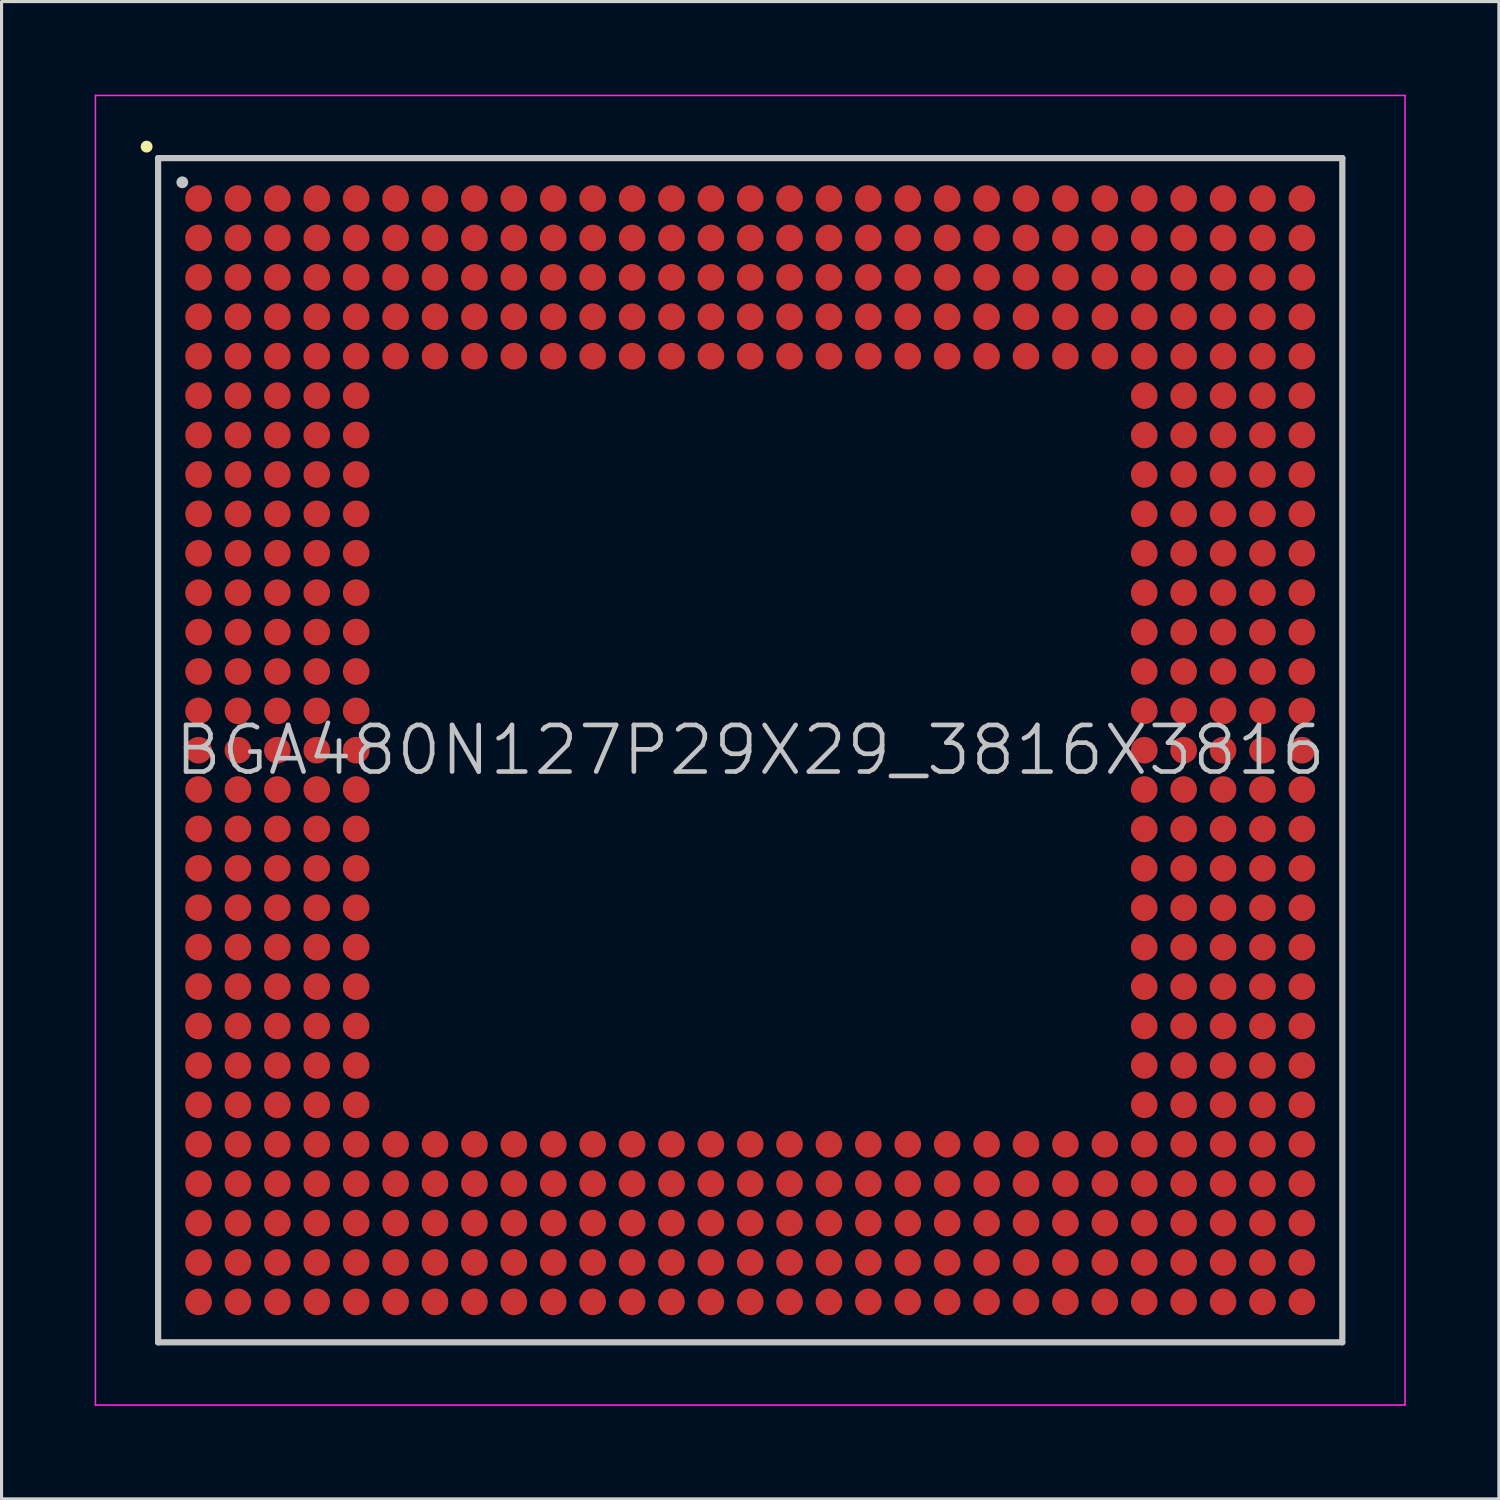
<source format=kicad_pcb>
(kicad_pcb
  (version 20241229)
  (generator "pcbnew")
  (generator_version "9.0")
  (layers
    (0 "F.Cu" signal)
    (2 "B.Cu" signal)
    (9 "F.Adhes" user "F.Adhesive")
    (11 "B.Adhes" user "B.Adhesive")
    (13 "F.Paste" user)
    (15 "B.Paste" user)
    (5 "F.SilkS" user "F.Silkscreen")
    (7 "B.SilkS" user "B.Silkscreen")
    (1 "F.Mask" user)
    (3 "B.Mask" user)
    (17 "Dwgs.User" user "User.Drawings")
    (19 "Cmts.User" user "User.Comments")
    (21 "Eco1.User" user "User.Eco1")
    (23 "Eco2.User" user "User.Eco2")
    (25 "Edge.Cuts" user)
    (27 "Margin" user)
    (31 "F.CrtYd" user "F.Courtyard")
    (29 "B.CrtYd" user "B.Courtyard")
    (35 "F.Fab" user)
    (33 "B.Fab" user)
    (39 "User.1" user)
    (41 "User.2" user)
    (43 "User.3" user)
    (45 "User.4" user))
  (footprint "BGA480N127P29X29_3816X3816"
    (layer "F.Cu")
    (at 21.125 21.125)
    (property "Reference" "BGA480N127P29X29_3816X3816" (at 0 0 0) (layer "Dwgs.User") (effects (font (size 1.5 1.5) (thickness 0.15))))
    (attr smd)
    (fp_line (start -19.45 -19.45) (end -19.45 -19.45) (stroke (width 0.381) (type solid)) (layer "F.SilkS"))
    (fp_line (start -19.08 -19.08) (end -19.08 19.08) (stroke (width 0.2) (type solid)) (layer "Dwgs.User"))
    (fp_line (start -19.08 -19.08) (end 19.08 -19.08) (stroke (width 0.2) (type solid)) (layer "Dwgs.User"))
    (fp_line (start -19.08 19.08) (end 19.08 19.08) (stroke (width 0.2) (type solid)) (layer "Dwgs.User"))
    (fp_line (start -18.3 -18.3) (end -18.3 -18.3) (stroke (width 0.381) (type solid)) (layer "Dwgs.User"))
    (fp_line (start 19.08 -19.08) (end 19.08 19.08) (stroke (width 0.2) (type solid)) (layer "Dwgs.User"))
    (fp_line (start -21.1 -21.1) (end -21.1 21.1) (stroke (width 0.05) (type solid)) (layer "F.CrtYd"))
    (fp_line (start -21.1 -21.1) (end 21.1 -21.1) (stroke (width 0.05) (type solid)) (layer "F.CrtYd"))
    (fp_line (start -21.1 21.1) (end 21.1 21.1) (stroke (width 0.05) (type solid)) (layer "F.CrtYd"))
    (fp_line (start 21.1 -21.1) (end 21.1 21.1) (stroke (width 0.05) (type solid)) (layer "F.CrtYd"))
    (pad "A1" smd circle (at -17.777 -17.777 270) (size 0.86 0.86) (layers "F.Cu" "F.Mask" "F.Paste"))
    (pad "A2" smd circle (at -16.507 -17.777 270) (size 0.86 0.86) (layers "F.Cu" "F.Mask" "F.Paste"))
    (pad "A3" smd circle (at -15.237 -17.777 270) (size 0.86 0.86) (layers "F.Cu" "F.Mask" "F.Paste"))
    (pad "A4" smd circle (at -13.967 -17.777 270) (size 0.86 0.86) (layers "F.Cu" "F.Mask" "F.Paste"))
    (pad "A5" smd circle (at -12.697 -17.777 270) (size 0.86 0.86) (layers "F.Cu" "F.Mask" "F.Paste"))
    (pad "A6" smd circle (at -11.427 -17.777 270) (size 0.86 0.86) (layers "F.Cu" "F.Mask" "F.Paste"))
    (pad "A7" smd circle (at -10.157 -17.777 270) (size 0.86 0.86) (layers "F.Cu" "F.Mask" "F.Paste"))
    (pad "A8" smd circle (at -8.887 -17.777 270) (size 0.86 0.86) (layers "F.Cu" "F.Mask" "F.Paste"))
    (pad "A9" smd circle (at -7.617 -17.777 270) (size 0.86 0.86) (layers "F.Cu" "F.Mask" "F.Paste"))
    (pad "A10" smd circle (at -6.347 -17.777 270) (size 0.86 0.86) (layers "F.Cu" "F.Mask" "F.Paste"))
    (pad "A11" smd circle (at -5.077 -17.777 270) (size 0.86 0.86) (layers "F.Cu" "F.Mask" "F.Paste"))
    (pad "A12" smd circle (at -3.807 -17.777 270) (size 0.86 0.86) (layers "F.Cu" "F.Mask" "F.Paste"))
    (pad "A13" smd circle (at -2.537 -17.777 270) (size 0.86 0.86) (layers "F.Cu" "F.Mask" "F.Paste"))
    (pad "A14" smd circle (at -1.267 -17.777 270) (size 0.86 0.86) (layers "F.Cu" "F.Mask" "F.Paste"))
    (pad "A15" smd circle (at 0 -17.777 270) (size 0.86 0.86) (layers "F.Cu" "F.Mask" "F.Paste"))
    (pad "A16" smd circle (at 1.267 -17.777 270) (size 0.86 0.86) (layers "F.Cu" "F.Mask" "F.Paste"))
    (pad "A17" smd circle (at 2.537 -17.777 270) (size 0.86 0.86) (layers "F.Cu" "F.Mask" "F.Paste"))
    (pad "A18" smd circle (at 3.807 -17.777 270) (size 0.86 0.86) (layers "F.Cu" "F.Mask" "F.Paste"))
    (pad "A19" smd circle (at 5.077 -17.777 270) (size 0.86 0.86) (layers "F.Cu" "F.Mask" "F.Paste"))
    (pad "A20" smd circle (at 6.347 -17.777 270) (size 0.86 0.86) (layers "F.Cu" "F.Mask" "F.Paste"))
    (pad "A21" smd circle (at 7.617 -17.777 270) (size 0.86 0.86) (layers "F.Cu" "F.Mask" "F.Paste"))
    (pad "A22" smd circle (at 8.887 -17.777 270) (size 0.86 0.86) (layers "F.Cu" "F.Mask" "F.Paste"))
    (pad "A23" smd circle (at 10.157 -17.777 270) (size 0.86 0.86) (layers "F.Cu" "F.Mask" "F.Paste"))
    (pad "A24" smd circle (at 11.427 -17.777 270) (size 0.86 0.86) (layers "F.Cu" "F.Mask" "F.Paste"))
    (pad "A25" smd circle (at 12.697 -17.777 270) (size 0.86 0.86) (layers "F.Cu" "F.Mask" "F.Paste"))
    (pad "A26" smd circle (at 13.967 -17.777 270) (size 0.86 0.86) (layers "F.Cu" "F.Mask" "F.Paste"))
    (pad "A27" smd circle (at 15.237 -17.777 270) (size 0.86 0.86) (layers "F.Cu" "F.Mask" "F.Paste"))
    (pad "A28" smd circle (at 16.507 -17.777 270) (size 0.86 0.86) (layers "F.Cu" "F.Mask" "F.Paste"))
    (pad "A29" smd circle (at 17.777 -17.777 270) (size 0.86 0.86) (layers "F.Cu" "F.Mask" "F.Paste"))
    (pad "AA1" smd circle (at -17.777 7.617 270) (size 0.86 0.86) (layers "F.Cu" "F.Mask" "F.Paste"))
    (pad "AA2" smd circle (at -16.507 7.617 270) (size 0.86 0.86) (layers "F.Cu" "F.Mask" "F.Paste"))
    (pad "AA3" smd circle (at -15.237 7.617 270) (size 0.86 0.86) (layers "F.Cu" "F.Mask" "F.Paste"))
    (pad "AA4" smd circle (at -13.967 7.617 270) (size 0.86 0.86) (layers "F.Cu" "F.Mask" "F.Paste"))
    (pad "AA5" smd circle (at -12.697 7.617 270) (size 0.86 0.86) (layers "F.Cu" "F.Mask" "F.Paste"))
    (pad "AA25" smd circle (at 12.697 7.617 270) (size 0.86 0.86) (layers "F.Cu" "F.Mask" "F.Paste"))
    (pad "AA26" smd circle (at 13.967 7.617 270) (size 0.86 0.86) (layers "F.Cu" "F.Mask" "F.Paste"))
    (pad "AA27" smd circle (at 15.237 7.617 270) (size 0.86 0.86) (layers "F.Cu" "F.Mask" "F.Paste"))
    (pad "AA28" smd circle (at 16.507 7.617 270) (size 0.86 0.86) (layers "F.Cu" "F.Mask" "F.Paste"))
    (pad "AA29" smd circle (at 17.777 7.617 270) (size 0.86 0.86) (layers "F.Cu" "F.Mask" "F.Paste"))
    (pad "AB1" smd circle (at -17.777 8.887 270) (size 0.86 0.86) (layers "F.Cu" "F.Mask" "F.Paste"))
    (pad "AB2" smd circle (at -16.507 8.887 270) (size 0.86 0.86) (layers "F.Cu" "F.Mask" "F.Paste"))
    (pad "AB3" smd circle (at -15.237 8.887 270) (size 0.86 0.86) (layers "F.Cu" "F.Mask" "F.Paste"))
    (pad "AB4" smd circle (at -13.967 8.887 270) (size 0.86 0.86) (layers "F.Cu" "F.Mask" "F.Paste"))
    (pad "AB5" smd circle (at -12.697 8.887 270) (size 0.86 0.86) (layers "F.Cu" "F.Mask" "F.Paste"))
    (pad "AB25" smd circle (at 12.697 8.887 270) (size 0.86 0.86) (layers "F.Cu" "F.Mask" "F.Paste"))
    (pad "AB26" smd circle (at 13.967 8.887 270) (size 0.86 0.86) (layers "F.Cu" "F.Mask" "F.Paste"))
    (pad "AB27" smd circle (at 15.237 8.887 270) (size 0.86 0.86) (layers "F.Cu" "F.Mask" "F.Paste"))
    (pad "AB28" smd circle (at 16.507 8.887 270) (size 0.86 0.86) (layers "F.Cu" "F.Mask" "F.Paste"))
    (pad "AB29" smd circle (at 17.777 8.887 270) (size 0.86 0.86) (layers "F.Cu" "F.Mask" "F.Paste"))
    (pad "AC1" smd circle (at -17.777 10.157 270) (size 0.86 0.86) (layers "F.Cu" "F.Mask" "F.Paste"))
    (pad "AC2" smd circle (at -16.507 10.157 270) (size 0.86 0.86) (layers "F.Cu" "F.Mask" "F.Paste"))
    (pad "AC3" smd circle (at -15.237 10.157 270) (size 0.86 0.86) (layers "F.Cu" "F.Mask" "F.Paste"))
    (pad "AC4" smd circle (at -13.967 10.157 270) (size 0.86 0.86) (layers "F.Cu" "F.Mask" "F.Paste"))
    (pad "AC5" smd circle (at -12.697 10.157 270) (size 0.86 0.86) (layers "F.Cu" "F.Mask" "F.Paste"))
    (pad "AC25" smd circle (at 12.697 10.157 270) (size 0.86 0.86) (layers "F.Cu" "F.Mask" "F.Paste"))
    (pad "AC26" smd circle (at 13.967 10.157 270) (size 0.86 0.86) (layers "F.Cu" "F.Mask" "F.Paste"))
    (pad "AC27" smd circle (at 15.237 10.157 270) (size 0.86 0.86) (layers "F.Cu" "F.Mask" "F.Paste"))
    (pad "AC28" smd circle (at 16.507 10.157 270) (size 0.86 0.86) (layers "F.Cu" "F.Mask" "F.Paste"))
    (pad "AC29" smd circle (at 17.777 10.157 270) (size 0.86 0.86) (layers "F.Cu" "F.Mask" "F.Paste"))
    (pad "AD1" smd circle (at -17.777 11.427 270) (size 0.86 0.86) (layers "F.Cu" "F.Mask" "F.Paste"))
    (pad "AD2" smd circle (at -16.507 11.427 270) (size 0.86 0.86) (layers "F.Cu" "F.Mask" "F.Paste"))
    (pad "AD3" smd circle (at -15.237 11.427 270) (size 0.86 0.86) (layers "F.Cu" "F.Mask" "F.Paste"))
    (pad "AD4" smd circle (at -13.967 11.427 270) (size 0.86 0.86) (layers "F.Cu" "F.Mask" "F.Paste"))
    (pad "AD5" smd circle (at -12.697 11.427 270) (size 0.86 0.86) (layers "F.Cu" "F.Mask" "F.Paste"))
    (pad "AD25" smd circle (at 12.697 11.427 270) (size 0.86 0.86) (layers "F.Cu" "F.Mask" "F.Paste"))
    (pad "AD26" smd circle (at 13.967 11.427 270) (size 0.86 0.86) (layers "F.Cu" "F.Mask" "F.Paste"))
    (pad "AD27" smd circle (at 15.237 11.427 270) (size 0.86 0.86) (layers "F.Cu" "F.Mask" "F.Paste"))
    (pad "AD28" smd circle (at 16.507 11.427 270) (size 0.86 0.86) (layers "F.Cu" "F.Mask" "F.Paste"))
    (pad "AD29" smd circle (at 17.777 11.427 270) (size 0.86 0.86) (layers "F.Cu" "F.Mask" "F.Paste"))
    (pad "AE1" smd circle (at -17.777 12.697 270) (size 0.86 0.86) (layers "F.Cu" "F.Mask" "F.Paste"))
    (pad "AE2" smd circle (at -16.507 12.697 270) (size 0.86 0.86) (layers "F.Cu" "F.Mask" "F.Paste"))
    (pad "AE3" smd circle (at -15.237 12.697 270) (size 0.86 0.86) (layers "F.Cu" "F.Mask" "F.Paste"))
    (pad "AE4" smd circle (at -13.967 12.697 270) (size 0.86 0.86) (layers "F.Cu" "F.Mask" "F.Paste"))
    (pad "AE5" smd circle (at -12.697 12.697 270) (size 0.86 0.86) (layers "F.Cu" "F.Mask" "F.Paste"))
    (pad "AE6" smd circle (at -11.427 12.697 270) (size 0.86 0.86) (layers "F.Cu" "F.Mask" "F.Paste"))
    (pad "AE7" smd circle (at -10.157 12.697 270) (size 0.86 0.86) (layers "F.Cu" "F.Mask" "F.Paste"))
    (pad "AE8" smd circle (at -8.887 12.697 270) (size 0.86 0.86) (layers "F.Cu" "F.Mask" "F.Paste"))
    (pad "AE9" smd circle (at -7.617 12.697 270) (size 0.86 0.86) (layers "F.Cu" "F.Mask" "F.Paste"))
    (pad "AE10" smd circle (at -6.347 12.697 270) (size 0.86 0.86) (layers "F.Cu" "F.Mask" "F.Paste"))
    (pad "AE11" smd circle (at -5.077 12.697 270) (size 0.86 0.86) (layers "F.Cu" "F.Mask" "F.Paste"))
    (pad "AE12" smd circle (at -3.807 12.697 270) (size 0.86 0.86) (layers "F.Cu" "F.Mask" "F.Paste"))
    (pad "AE13" smd circle (at -2.537 12.697 270) (size 0.86 0.86) (layers "F.Cu" "F.Mask" "F.Paste"))
    (pad "AE14" smd circle (at -1.267 12.697 270) (size 0.86 0.86) (layers "F.Cu" "F.Mask" "F.Paste"))
    (pad "AE15" smd circle (at 0 12.697 270) (size 0.86 0.86) (layers "F.Cu" "F.Mask" "F.Paste"))
    (pad "AE16" smd circle (at 1.267 12.697 270) (size 0.86 0.86) (layers "F.Cu" "F.Mask" "F.Paste"))
    (pad "AE17" smd circle (at 2.537 12.697 270) (size 0.86 0.86) (layers "F.Cu" "F.Mask" "F.Paste"))
    (pad "AE18" smd circle (at 3.807 12.697 270) (size 0.86 0.86) (layers "F.Cu" "F.Mask" "F.Paste"))
    (pad "AE19" smd circle (at 5.077 12.697 270) (size 0.86 0.86) (layers "F.Cu" "F.Mask" "F.Paste"))
    (pad "AE20" smd circle (at 6.347 12.697 270) (size 0.86 0.86) (layers "F.Cu" "F.Mask" "F.Paste"))
    (pad "AE21" smd circle (at 7.617 12.697 270) (size 0.86 0.86) (layers "F.Cu" "F.Mask" "F.Paste"))
    (pad "AE22" smd circle (at 8.887 12.697 270) (size 0.86 0.86) (layers "F.Cu" "F.Mask" "F.Paste"))
    (pad "AE23" smd circle (at 10.157 12.697 270) (size 0.86 0.86) (layers "F.Cu" "F.Mask" "F.Paste"))
    (pad "AE24" smd circle (at 11.427 12.697 270) (size 0.86 0.86) (layers "F.Cu" "F.Mask" "F.Paste"))
    (pad "AE25" smd circle (at 12.697 12.697 270) (size 0.86 0.86) (layers "F.Cu" "F.Mask" "F.Paste"))
    (pad "AE26" smd circle (at 13.967 12.697 270) (size 0.86 0.86) (layers "F.Cu" "F.Mask" "F.Paste"))
    (pad "AE27" smd circle (at 15.237 12.697 270) (size 0.86 0.86) (layers "F.Cu" "F.Mask" "F.Paste"))
    (pad "AE28" smd circle (at 16.507 12.697 270) (size 0.86 0.86) (layers "F.Cu" "F.Mask" "F.Paste"))
    (pad "AE29" smd circle (at 17.777 12.697 270) (size 0.86 0.86) (layers "F.Cu" "F.Mask" "F.Paste"))
    (pad "AF1" smd circle (at -17.777 13.967 270) (size 0.86 0.86) (layers "F.Cu" "F.Mask" "F.Paste"))
    (pad "AF2" smd circle (at -16.507 13.967 270) (size 0.86 0.86) (layers "F.Cu" "F.Mask" "F.Paste"))
    (pad "AF3" smd circle (at -15.237 13.967 270) (size 0.86 0.86) (layers "F.Cu" "F.Mask" "F.Paste"))
    (pad "AF4" smd circle (at -13.967 13.967 270) (size 0.86 0.86) (layers "F.Cu" "F.Mask" "F.Paste"))
    (pad "AF5" smd circle (at -12.697 13.967 270) (size 0.86 0.86) (layers "F.Cu" "F.Mask" "F.Paste"))
    (pad "AF6" smd circle (at -11.427 13.967 270) (size 0.86 0.86) (layers "F.Cu" "F.Mask" "F.Paste"))
    (pad "AF7" smd circle (at -10.157 13.967 270) (size 0.86 0.86) (layers "F.Cu" "F.Mask" "F.Paste"))
    (pad "AF8" smd circle (at -8.887 13.967 270) (size 0.86 0.86) (layers "F.Cu" "F.Mask" "F.Paste"))
    (pad "AF9" smd circle (at -7.617 13.967 270) (size 0.86 0.86) (layers "F.Cu" "F.Mask" "F.Paste"))
    (pad "AF10" smd circle (at -6.347 13.967 270) (size 0.86 0.86) (layers "F.Cu" "F.Mask" "F.Paste"))
    (pad "AF11" smd circle (at -5.077 13.967 270) (size 0.86 0.86) (layers "F.Cu" "F.Mask" "F.Paste"))
    (pad "AF12" smd circle (at -3.807 13.967 270) (size 0.86 0.86) (layers "F.Cu" "F.Mask" "F.Paste"))
    (pad "AF13" smd circle (at -2.537 13.967 270) (size 0.86 0.86) (layers "F.Cu" "F.Mask" "F.Paste"))
    (pad "AF14" smd circle (at -1.267 13.967 270) (size 0.86 0.86) (layers "F.Cu" "F.Mask" "F.Paste"))
    (pad "AF15" smd circle (at 0 13.967 270) (size 0.86 0.86) (layers "F.Cu" "F.Mask" "F.Paste"))
    (pad "AF16" smd circle (at 1.267 13.967 270) (size 0.86 0.86) (layers "F.Cu" "F.Mask" "F.Paste"))
    (pad "AF17" smd circle (at 2.537 13.967 270) (size 0.86 0.86) (layers "F.Cu" "F.Mask" "F.Paste"))
    (pad "AF18" smd circle (at 3.807 13.967 270) (size 0.86 0.86) (layers "F.Cu" "F.Mask" "F.Paste"))
    (pad "AF19" smd circle (at 5.077 13.967 270) (size 0.86 0.86) (layers "F.Cu" "F.Mask" "F.Paste"))
    (pad "AF20" smd circle (at 6.347 13.967 270) (size 0.86 0.86) (layers "F.Cu" "F.Mask" "F.Paste"))
    (pad "AF21" smd circle (at 7.617 13.967 270) (size 0.86 0.86) (layers "F.Cu" "F.Mask" "F.Paste"))
    (pad "AF22" smd circle (at 8.887 13.967 270) (size 0.86 0.86) (layers "F.Cu" "F.Mask" "F.Paste"))
    (pad "AF23" smd circle (at 10.157 13.967 270) (size 0.86 0.86) (layers "F.Cu" "F.Mask" "F.Paste"))
    (pad "AF24" smd circle (at 11.427 13.967 270) (size 0.86 0.86) (layers "F.Cu" "F.Mask" "F.Paste"))
    (pad "AF25" smd circle (at 12.697 13.967 270) (size 0.86 0.86) (layers "F.Cu" "F.Mask" "F.Paste"))
    (pad "AF26" smd circle (at 13.967 13.967 270) (size 0.86 0.86) (layers "F.Cu" "F.Mask" "F.Paste"))
    (pad "AF27" smd circle (at 15.237 13.967 270) (size 0.86 0.86) (layers "F.Cu" "F.Mask" "F.Paste"))
    (pad "AF28" smd circle (at 16.507 13.967 270) (size 0.86 0.86) (layers "F.Cu" "F.Mask" "F.Paste"))
    (pad "AF29" smd circle (at 17.777 13.967 270) (size 0.86 0.86) (layers "F.Cu" "F.Mask" "F.Paste"))
    (pad "AG1" smd circle (at -17.777 15.237 270) (size 0.86 0.86) (layers "F.Cu" "F.Mask" "F.Paste"))
    (pad "AG2" smd circle (at -16.507 15.237 270) (size 0.86 0.86) (layers "F.Cu" "F.Mask" "F.Paste"))
    (pad "AG3" smd circle (at -15.237 15.237 270) (size 0.86 0.86) (layers "F.Cu" "F.Mask" "F.Paste"))
    (pad "AG4" smd circle (at -13.967 15.237 270) (size 0.86 0.86) (layers "F.Cu" "F.Mask" "F.Paste"))
    (pad "AG5" smd circle (at -12.697 15.237 270) (size 0.86 0.86) (layers "F.Cu" "F.Mask" "F.Paste"))
    (pad "AG6" smd circle (at -11.427 15.237 270) (size 0.86 0.86) (layers "F.Cu" "F.Mask" "F.Paste"))
    (pad "AG7" smd circle (at -10.157 15.237 270) (size 0.86 0.86) (layers "F.Cu" "F.Mask" "F.Paste"))
    (pad "AG8" smd circle (at -8.887 15.237 270) (size 0.86 0.86) (layers "F.Cu" "F.Mask" "F.Paste"))
    (pad "AG9" smd circle (at -7.617 15.237 270) (size 0.86 0.86) (layers "F.Cu" "F.Mask" "F.Paste"))
    (pad "AG10" smd circle (at -6.347 15.237 270) (size 0.86 0.86) (layers "F.Cu" "F.Mask" "F.Paste"))
    (pad "AG11" smd circle (at -5.077 15.237 270) (size 0.86 0.86) (layers "F.Cu" "F.Mask" "F.Paste"))
    (pad "AG12" smd circle (at -3.807 15.237 270) (size 0.86 0.86) (layers "F.Cu" "F.Mask" "F.Paste"))
    (pad "AG13" smd circle (at -2.537 15.237 270) (size 0.86 0.86) (layers "F.Cu" "F.Mask" "F.Paste"))
    (pad "AG14" smd circle (at -1.267 15.237 270) (size 0.86 0.86) (layers "F.Cu" "F.Mask" "F.Paste"))
    (pad "AG15" smd circle (at 0 15.237 270) (size 0.86 0.86) (layers "F.Cu" "F.Mask" "F.Paste"))
    (pad "AG16" smd circle (at 1.267 15.237 270) (size 0.86 0.86) (layers "F.Cu" "F.Mask" "F.Paste"))
    (pad "AG17" smd circle (at 2.537 15.237 270) (size 0.86 0.86) (layers "F.Cu" "F.Mask" "F.Paste"))
    (pad "AG18" smd circle (at 3.807 15.237 270) (size 0.86 0.86) (layers "F.Cu" "F.Mask" "F.Paste"))
    (pad "AG19" smd circle (at 5.077 15.237 270) (size 0.86 0.86) (layers "F.Cu" "F.Mask" "F.Paste"))
    (pad "AG20" smd circle (at 6.347 15.237 270) (size 0.86 0.86) (layers "F.Cu" "F.Mask" "F.Paste"))
    (pad "AG21" smd circle (at 7.617 15.237 270) (size 0.86 0.86) (layers "F.Cu" "F.Mask" "F.Paste"))
    (pad "AG22" smd circle (at 8.887 15.237 270) (size 0.86 0.86) (layers "F.Cu" "F.Mask" "F.Paste"))
    (pad "AG23" smd circle (at 10.157 15.237 270) (size 0.86 0.86) (layers "F.Cu" "F.Mask" "F.Paste"))
    (pad "AG24" smd circle (at 11.427 15.237 270) (size 0.86 0.86) (layers "F.Cu" "F.Mask" "F.Paste"))
    (pad "AG25" smd circle (at 12.697 15.237 270) (size 0.86 0.86) (layers "F.Cu" "F.Mask" "F.Paste"))
    (pad "AG26" smd circle (at 13.967 15.237 270) (size 0.86 0.86) (layers "F.Cu" "F.Mask" "F.Paste"))
    (pad "AG27" smd circle (at 15.237 15.237 270) (size 0.86 0.86) (layers "F.Cu" "F.Mask" "F.Paste"))
    (pad "AG28" smd circle (at 16.507 15.237 270) (size 0.86 0.86) (layers "F.Cu" "F.Mask" "F.Paste"))
    (pad "AG29" smd circle (at 17.777 15.237 270) (size 0.86 0.86) (layers "F.Cu" "F.Mask" "F.Paste"))
    (pad "AH1" smd circle (at -17.777 16.507 270) (size 0.86 0.86) (layers "F.Cu" "F.Mask" "F.Paste"))
    (pad "AH2" smd circle (at -16.507 16.507 270) (size 0.86 0.86) (layers "F.Cu" "F.Mask" "F.Paste"))
    (pad "AH3" smd circle (at -15.237 16.507 270) (size 0.86 0.86) (layers "F.Cu" "F.Mask" "F.Paste"))
    (pad "AH4" smd circle (at -13.967 16.507 270) (size 0.86 0.86) (layers "F.Cu" "F.Mask" "F.Paste"))
    (pad "AH5" smd circle (at -12.697 16.507 270) (size 0.86 0.86) (layers "F.Cu" "F.Mask" "F.Paste"))
    (pad "AH6" smd circle (at -11.427 16.507 270) (size 0.86 0.86) (layers "F.Cu" "F.Mask" "F.Paste"))
    (pad "AH7" smd circle (at -10.157 16.507 270) (size 0.86 0.86) (layers "F.Cu" "F.Mask" "F.Paste"))
    (pad "AH8" smd circle (at -8.887 16.507 270) (size 0.86 0.86) (layers "F.Cu" "F.Mask" "F.Paste"))
    (pad "AH9" smd circle (at -7.617 16.507 270) (size 0.86 0.86) (layers "F.Cu" "F.Mask" "F.Paste"))
    (pad "AH10" smd circle (at -6.347 16.507 270) (size 0.86 0.86) (layers "F.Cu" "F.Mask" "F.Paste"))
    (pad "AH11" smd circle (at -5.077 16.507 270) (size 0.86 0.86) (layers "F.Cu" "F.Mask" "F.Paste"))
    (pad "AH12" smd circle (at -3.807 16.507 270) (size 0.86 0.86) (layers "F.Cu" "F.Mask" "F.Paste"))
    (pad "AH13" smd circle (at -2.537 16.507 270) (size 0.86 0.86) (layers "F.Cu" "F.Mask" "F.Paste"))
    (pad "AH14" smd circle (at -1.267 16.507 270) (size 0.86 0.86) (layers "F.Cu" "F.Mask" "F.Paste"))
    (pad "AH15" smd circle (at 0 16.507 270) (size 0.86 0.86) (layers "F.Cu" "F.Mask" "F.Paste"))
    (pad "AH16" smd circle (at 1.267 16.507 270) (size 0.86 0.86) (layers "F.Cu" "F.Mask" "F.Paste"))
    (pad "AH17" smd circle (at 2.537 16.507 270) (size 0.86 0.86) (layers "F.Cu" "F.Mask" "F.Paste"))
    (pad "AH18" smd circle (at 3.807 16.507 270) (size 0.86 0.86) (layers "F.Cu" "F.Mask" "F.Paste"))
    (pad "AH19" smd circle (at 5.077 16.507 270) (size 0.86 0.86) (layers "F.Cu" "F.Mask" "F.Paste"))
    (pad "AH20" smd circle (at 6.347 16.507 270) (size 0.86 0.86) (layers "F.Cu" "F.Mask" "F.Paste"))
    (pad "AH21" smd circle (at 7.617 16.507 270) (size 0.86 0.86) (layers "F.Cu" "F.Mask" "F.Paste"))
    (pad "AH22" smd circle (at 8.887 16.507 270) (size 0.86 0.86) (layers "F.Cu" "F.Mask" "F.Paste"))
    (pad "AH23" smd circle (at 10.157 16.507 270) (size 0.86 0.86) (layers "F.Cu" "F.Mask" "F.Paste"))
    (pad "AH24" smd circle (at 11.427 16.507 270) (size 0.86 0.86) (layers "F.Cu" "F.Mask" "F.Paste"))
    (pad "AH25" smd circle (at 12.697 16.507 270) (size 0.86 0.86) (layers "F.Cu" "F.Mask" "F.Paste"))
    (pad "AH26" smd circle (at 13.967 16.507 270) (size 0.86 0.86) (layers "F.Cu" "F.Mask" "F.Paste"))
    (pad "AH27" smd circle (at 15.237 16.507 270) (size 0.86 0.86) (layers "F.Cu" "F.Mask" "F.Paste"))
    (pad "AH28" smd circle (at 16.507 16.507 270) (size 0.86 0.86) (layers "F.Cu" "F.Mask" "F.Paste"))
    (pad "AH29" smd circle (at 17.777 16.507 270) (size 0.86 0.86) (layers "F.Cu" "F.Mask" "F.Paste"))
    (pad "AJ1" smd circle (at -17.777 17.777 270) (size 0.86 0.86) (layers "F.Cu" "F.Mask" "F.Paste"))
    (pad "AJ2" smd circle (at -16.507 17.777 270) (size 0.86 0.86) (layers "F.Cu" "F.Mask" "F.Paste"))
    (pad "AJ3" smd circle (at -15.237 17.777 270) (size 0.86 0.86) (layers "F.Cu" "F.Mask" "F.Paste"))
    (pad "AJ4" smd circle (at -13.967 17.777 270) (size 0.86 0.86) (layers "F.Cu" "F.Mask" "F.Paste"))
    (pad "AJ5" smd circle (at -12.697 17.777 270) (size 0.86 0.86) (layers "F.Cu" "F.Mask" "F.Paste"))
    (pad "AJ6" smd circle (at -11.427 17.777 270) (size 0.86 0.86) (layers "F.Cu" "F.Mask" "F.Paste"))
    (pad "AJ7" smd circle (at -10.157 17.777 270) (size 0.86 0.86) (layers "F.Cu" "F.Mask" "F.Paste"))
    (pad "AJ8" smd circle (at -8.887 17.777 270) (size 0.86 0.86) (layers "F.Cu" "F.Mask" "F.Paste"))
    (pad "AJ9" smd circle (at -7.617 17.777 270) (size 0.86 0.86) (layers "F.Cu" "F.Mask" "F.Paste"))
    (pad "AJ10" smd circle (at -6.347 17.777 270) (size 0.86 0.86) (layers "F.Cu" "F.Mask" "F.Paste"))
    (pad "AJ11" smd circle (at -5.077 17.777 270) (size 0.86 0.86) (layers "F.Cu" "F.Mask" "F.Paste"))
    (pad "AJ12" smd circle (at -3.807 17.777 270) (size 0.86 0.86) (layers "F.Cu" "F.Mask" "F.Paste"))
    (pad "AJ13" smd circle (at -2.537 17.777 270) (size 0.86 0.86) (layers "F.Cu" "F.Mask" "F.Paste"))
    (pad "AJ14" smd circle (at -1.267 17.777 270) (size 0.86 0.86) (layers "F.Cu" "F.Mask" "F.Paste"))
    (pad "AJ15" smd circle (at 0 17.777 270) (size 0.86 0.86) (layers "F.Cu" "F.Mask" "F.Paste"))
    (pad "AJ16" smd circle (at 1.267 17.777 270) (size 0.86 0.86) (layers "F.Cu" "F.Mask" "F.Paste"))
    (pad "AJ17" smd circle (at 2.537 17.777 270) (size 0.86 0.86) (layers "F.Cu" "F.Mask" "F.Paste"))
    (pad "AJ18" smd circle (at 3.807 17.777 270) (size 0.86 0.86) (layers "F.Cu" "F.Mask" "F.Paste"))
    (pad "AJ19" smd circle (at 5.077 17.777 270) (size 0.86 0.86) (layers "F.Cu" "F.Mask" "F.Paste"))
    (pad "AJ20" smd circle (at 6.347 17.777 270) (size 0.86 0.86) (layers "F.Cu" "F.Mask" "F.Paste"))
    (pad "AJ21" smd circle (at 7.617 17.777 270) (size 0.86 0.86) (layers "F.Cu" "F.Mask" "F.Paste"))
    (pad "AJ22" smd circle (at 8.887 17.777 270) (size 0.86 0.86) (layers "F.Cu" "F.Mask" "F.Paste"))
    (pad "AJ23" smd circle (at 10.157 17.777 270) (size 0.86 0.86) (layers "F.Cu" "F.Mask" "F.Paste"))
    (pad "AJ24" smd circle (at 11.427 17.777 270) (size 0.86 0.86) (layers "F.Cu" "F.Mask" "F.Paste"))
    (pad "AJ25" smd circle (at 12.697 17.777 270) (size 0.86 0.86) (layers "F.Cu" "F.Mask" "F.Paste"))
    (pad "AJ26" smd circle (at 13.967 17.777 270) (size 0.86 0.86) (layers "F.Cu" "F.Mask" "F.Paste"))
    (pad "AJ27" smd circle (at 15.237 17.777 270) (size 0.86 0.86) (layers "F.Cu" "F.Mask" "F.Paste"))
    (pad "AJ28" smd circle (at 16.507 17.777 270) (size 0.86 0.86) (layers "F.Cu" "F.Mask" "F.Paste"))
    (pad "AJ29" smd circle (at 17.777 17.777 270) (size 0.86 0.86) (layers "F.Cu" "F.Mask" "F.Paste"))
    (pad "B1" smd circle (at -17.777 -16.507 270) (size 0.86 0.86) (layers "F.Cu" "F.Mask" "F.Paste"))
    (pad "B2" smd circle (at -16.507 -16.507 270) (size 0.86 0.86) (layers "F.Cu" "F.Mask" "F.Paste"))
    (pad "B3" smd circle (at -15.237 -16.507 270) (size 0.86 0.86) (layers "F.Cu" "F.Mask" "F.Paste"))
    (pad "B4" smd circle (at -13.967 -16.507 270) (size 0.86 0.86) (layers "F.Cu" "F.Mask" "F.Paste"))
    (pad "B5" smd circle (at -12.697 -16.507 270) (size 0.86 0.86) (layers "F.Cu" "F.Mask" "F.Paste"))
    (pad "B6" smd circle (at -11.427 -16.507 270) (size 0.86 0.86) (layers "F.Cu" "F.Mask" "F.Paste"))
    (pad "B7" smd circle (at -10.157 -16.507 270) (size 0.86 0.86) (layers "F.Cu" "F.Mask" "F.Paste"))
    (pad "B8" smd circle (at -8.887 -16.507 270) (size 0.86 0.86) (layers "F.Cu" "F.Mask" "F.Paste"))
    (pad "B9" smd circle (at -7.617 -16.507 270) (size 0.86 0.86) (layers "F.Cu" "F.Mask" "F.Paste"))
    (pad "B10" smd circle (at -6.347 -16.507 270) (size 0.86 0.86) (layers "F.Cu" "F.Mask" "F.Paste"))
    (pad "B11" smd circle (at -5.077 -16.507 270) (size 0.86 0.86) (layers "F.Cu" "F.Mask" "F.Paste"))
    (pad "B12" smd circle (at -3.807 -16.507 270) (size 0.86 0.86) (layers "F.Cu" "F.Mask" "F.Paste"))
    (pad "B13" smd circle (at -2.537 -16.507 270) (size 0.86 0.86) (layers "F.Cu" "F.Mask" "F.Paste"))
    (pad "B14" smd circle (at -1.267 -16.507 270) (size 0.86 0.86) (layers "F.Cu" "F.Mask" "F.Paste"))
    (pad "B15" smd circle (at 0 -16.507 270) (size 0.86 0.86) (layers "F.Cu" "F.Mask" "F.Paste"))
    (pad "B16" smd circle (at 1.267 -16.507 270) (size 0.86 0.86) (layers "F.Cu" "F.Mask" "F.Paste"))
    (pad "B17" smd circle (at 2.537 -16.507 270) (size 0.86 0.86) (layers "F.Cu" "F.Mask" "F.Paste"))
    (pad "B18" smd circle (at 3.807 -16.507 270) (size 0.86 0.86) (layers "F.Cu" "F.Mask" "F.Paste"))
    (pad "B19" smd circle (at 5.077 -16.507 270) (size 0.86 0.86) (layers "F.Cu" "F.Mask" "F.Paste"))
    (pad "B20" smd circle (at 6.347 -16.507 270) (size 0.86 0.86) (layers "F.Cu" "F.Mask" "F.Paste"))
    (pad "B21" smd circle (at 7.617 -16.507 270) (size 0.86 0.86) (layers "F.Cu" "F.Mask" "F.Paste"))
    (pad "B22" smd circle (at 8.887 -16.507 270) (size 0.86 0.86) (layers "F.Cu" "F.Mask" "F.Paste"))
    (pad "B23" smd circle (at 10.157 -16.507 270) (size 0.86 0.86) (layers "F.Cu" "F.Mask" "F.Paste"))
    (pad "B24" smd circle (at 11.427 -16.507 270) (size 0.86 0.86) (layers "F.Cu" "F.Mask" "F.Paste"))
    (pad "B25" smd circle (at 12.697 -16.507 270) (size 0.86 0.86) (layers "F.Cu" "F.Mask" "F.Paste"))
    (pad "B26" smd circle (at 13.967 -16.507 270) (size 0.86 0.86) (layers "F.Cu" "F.Mask" "F.Paste"))
    (pad "B27" smd circle (at 15.237 -16.507 270) (size 0.86 0.86) (layers "F.Cu" "F.Mask" "F.Paste"))
    (pad "B28" smd circle (at 16.507 -16.507 270) (size 0.86 0.86) (layers "F.Cu" "F.Mask" "F.Paste"))
    (pad "B29" smd circle (at 17.777 -16.507 270) (size 0.86 0.86) (layers "F.Cu" "F.Mask" "F.Paste"))
    (pad "C1" smd circle (at -17.777 -15.237 270) (size 0.86 0.86) (layers "F.Cu" "F.Mask" "F.Paste"))
    (pad "C2" smd circle (at -16.507 -15.237 270) (size 0.86 0.86) (layers "F.Cu" "F.Mask" "F.Paste"))
    (pad "C3" smd circle (at -15.237 -15.237 270) (size 0.86 0.86) (layers "F.Cu" "F.Mask" "F.Paste"))
    (pad "C4" smd circle (at -13.967 -15.237 270) (size 0.86 0.86) (layers "F.Cu" "F.Mask" "F.Paste"))
    (pad "C5" smd circle (at -12.697 -15.237 270) (size 0.86 0.86) (layers "F.Cu" "F.Mask" "F.Paste"))
    (pad "C6" smd circle (at -11.427 -15.237 270) (size 0.86 0.86) (layers "F.Cu" "F.Mask" "F.Paste"))
    (pad "C7" smd circle (at -10.157 -15.237 270) (size 0.86 0.86) (layers "F.Cu" "F.Mask" "F.Paste"))
    (pad "C8" smd circle (at -8.887 -15.237 270) (size 0.86 0.86) (layers "F.Cu" "F.Mask" "F.Paste"))
    (pad "C9" smd circle (at -7.617 -15.237 270) (size 0.86 0.86) (layers "F.Cu" "F.Mask" "F.Paste"))
    (pad "C10" smd circle (at -6.347 -15.237 270) (size 0.86 0.86) (layers "F.Cu" "F.Mask" "F.Paste"))
    (pad "C11" smd circle (at -5.077 -15.237 270) (size 0.86 0.86) (layers "F.Cu" "F.Mask" "F.Paste"))
    (pad "C12" smd circle (at -3.807 -15.237 270) (size 0.86 0.86) (layers "F.Cu" "F.Mask" "F.Paste"))
    (pad "C13" smd circle (at -2.537 -15.237 270) (size 0.86 0.86) (layers "F.Cu" "F.Mask" "F.Paste"))
    (pad "C14" smd circle (at -1.267 -15.237 270) (size 0.86 0.86) (layers "F.Cu" "F.Mask" "F.Paste"))
    (pad "C15" smd circle (at 0 -15.237 270) (size 0.86 0.86) (layers "F.Cu" "F.Mask" "F.Paste"))
    (pad "C16" smd circle (at 1.267 -15.237 270) (size 0.86 0.86) (layers "F.Cu" "F.Mask" "F.Paste"))
    (pad "C17" smd circle (at 2.537 -15.237 270) (size 0.86 0.86) (layers "F.Cu" "F.Mask" "F.Paste"))
    (pad "C18" smd circle (at 3.807 -15.237 270) (size 0.86 0.86) (layers "F.Cu" "F.Mask" "F.Paste"))
    (pad "C19" smd circle (at 5.077 -15.237 270) (size 0.86 0.86) (layers "F.Cu" "F.Mask" "F.Paste"))
    (pad "C20" smd circle (at 6.347 -15.237 270) (size 0.86 0.86) (layers "F.Cu" "F.Mask" "F.Paste"))
    (pad "C21" smd circle (at 7.617 -15.237 270) (size 0.86 0.86) (layers "F.Cu" "F.Mask" "F.Paste"))
    (pad "C22" smd circle (at 8.887 -15.237 270) (size 0.86 0.86) (layers "F.Cu" "F.Mask" "F.Paste"))
    (pad "C23" smd circle (at 10.157 -15.237 270) (size 0.86 0.86) (layers "F.Cu" "F.Mask" "F.Paste"))
    (pad "C24" smd circle (at 11.427 -15.237 270) (size 0.86 0.86) (layers "F.Cu" "F.Mask" "F.Paste"))
    (pad "C25" smd circle (at 12.697 -15.237 270) (size 0.86 0.86) (layers "F.Cu" "F.Mask" "F.Paste"))
    (pad "C26" smd circle (at 13.967 -15.237 270) (size 0.86 0.86) (layers "F.Cu" "F.Mask" "F.Paste"))
    (pad "C27" smd circle (at 15.237 -15.237 270) (size 0.86 0.86) (layers "F.Cu" "F.Mask" "F.Paste"))
    (pad "C28" smd circle (at 16.507 -15.237 270) (size 0.86 0.86) (layers "F.Cu" "F.Mask" "F.Paste"))
    (pad "C29" smd circle (at 17.777 -15.237 270) (size 0.86 0.86) (layers "F.Cu" "F.Mask" "F.Paste"))
    (pad "D1" smd circle (at -17.777 -13.967 270) (size 0.86 0.86) (layers "F.Cu" "F.Mask" "F.Paste"))
    (pad "D2" smd circle (at -16.507 -13.967 270) (size 0.86 0.86) (layers "F.Cu" "F.Mask" "F.Paste"))
    (pad "D3" smd circle (at -15.237 -13.967 270) (size 0.86 0.86) (layers "F.Cu" "F.Mask" "F.Paste"))
    (pad "D4" smd circle (at -13.967 -13.967 270) (size 0.86 0.86) (layers "F.Cu" "F.Mask" "F.Paste"))
    (pad "D5" smd circle (at -12.697 -13.967 270) (size 0.86 0.86) (layers "F.Cu" "F.Mask" "F.Paste"))
    (pad "D6" smd circle (at -11.427 -13.967 270) (size 0.86 0.86) (layers "F.Cu" "F.Mask" "F.Paste"))
    (pad "D7" smd circle (at -10.157 -13.967 270) (size 0.86 0.86) (layers "F.Cu" "F.Mask" "F.Paste"))
    (pad "D8" smd circle (at -8.887 -13.967 270) (size 0.86 0.86) (layers "F.Cu" "F.Mask" "F.Paste"))
    (pad "D9" smd circle (at -7.617 -13.967 270) (size 0.86 0.86) (layers "F.Cu" "F.Mask" "F.Paste"))
    (pad "D10" smd circle (at -6.347 -13.967 270) (size 0.86 0.86) (layers "F.Cu" "F.Mask" "F.Paste"))
    (pad "D11" smd circle (at -5.077 -13.967 270) (size 0.86 0.86) (layers "F.Cu" "F.Mask" "F.Paste"))
    (pad "D12" smd circle (at -3.807 -13.967 270) (size 0.86 0.86) (layers "F.Cu" "F.Mask" "F.Paste"))
    (pad "D13" smd circle (at -2.537 -13.967 270) (size 0.86 0.86) (layers "F.Cu" "F.Mask" "F.Paste"))
    (pad "D14" smd circle (at -1.267 -13.967 270) (size 0.86 0.86) (layers "F.Cu" "F.Mask" "F.Paste"))
    (pad "D15" smd circle (at 0 -13.967 270) (size 0.86 0.86) (layers "F.Cu" "F.Mask" "F.Paste"))
    (pad "D16" smd circle (at 1.267 -13.967 270) (size 0.86 0.86) (layers "F.Cu" "F.Mask" "F.Paste"))
    (pad "D17" smd circle (at 2.537 -13.967 270) (size 0.86 0.86) (layers "F.Cu" "F.Mask" "F.Paste"))
    (pad "D18" smd circle (at 3.807 -13.967 270) (size 0.86 0.86) (layers "F.Cu" "F.Mask" "F.Paste"))
    (pad "D19" smd circle (at 5.077 -13.967 270) (size 0.86 0.86) (layers "F.Cu" "F.Mask" "F.Paste"))
    (pad "D20" smd circle (at 6.347 -13.967 270) (size 0.86 0.86) (layers "F.Cu" "F.Mask" "F.Paste"))
    (pad "D21" smd circle (at 7.617 -13.967 270) (size 0.86 0.86) (layers "F.Cu" "F.Mask" "F.Paste"))
    (pad "D22" smd circle (at 8.887 -13.967 270) (size 0.86 0.86) (layers "F.Cu" "F.Mask" "F.Paste"))
    (pad "D23" smd circle (at 10.157 -13.967 270) (size 0.86 0.86) (layers "F.Cu" "F.Mask" "F.Paste"))
    (pad "D24" smd circle (at 11.427 -13.967 270) (size 0.86 0.86) (layers "F.Cu" "F.Mask" "F.Paste"))
    (pad "D25" smd circle (at 12.697 -13.967 270) (size 0.86 0.86) (layers "F.Cu" "F.Mask" "F.Paste"))
    (pad "D26" smd circle (at 13.967 -13.967 270) (size 0.86 0.86) (layers "F.Cu" "F.Mask" "F.Paste"))
    (pad "D27" smd circle (at 15.237 -13.967 270) (size 0.86 0.86) (layers "F.Cu" "F.Mask" "F.Paste"))
    (pad "D28" smd circle (at 16.507 -13.967 270) (size 0.86 0.86) (layers "F.Cu" "F.Mask" "F.Paste"))
    (pad "D29" smd circle (at 17.777 -13.967 270) (size 0.86 0.86) (layers "F.Cu" "F.Mask" "F.Paste"))
    (pad "E1" smd circle (at -17.777 -12.697 270) (size 0.86 0.86) (layers "F.Cu" "F.Mask" "F.Paste"))
    (pad "E2" smd circle (at -16.507 -12.697 270) (size 0.86 0.86) (layers "F.Cu" "F.Mask" "F.Paste"))
    (pad "E3" smd circle (at -15.237 -12.697 270) (size 0.86 0.86) (layers "F.Cu" "F.Mask" "F.Paste"))
    (pad "E4" smd circle (at -13.967 -12.697 270) (size 0.86 0.86) (layers "F.Cu" "F.Mask" "F.Paste"))
    (pad "E5" smd circle (at -12.697 -12.697 270) (size 0.86 0.86) (layers "F.Cu" "F.Mask" "F.Paste"))
    (pad "E6" smd circle (at -11.427 -12.697 270) (size 0.86 0.86) (layers "F.Cu" "F.Mask" "F.Paste"))
    (pad "E7" smd circle (at -10.157 -12.697 270) (size 0.86 0.86) (layers "F.Cu" "F.Mask" "F.Paste"))
    (pad "E8" smd circle (at -8.887 -12.697 270) (size 0.86 0.86) (layers "F.Cu" "F.Mask" "F.Paste"))
    (pad "E9" smd circle (at -7.617 -12.697 270) (size 0.86 0.86) (layers "F.Cu" "F.Mask" "F.Paste"))
    (pad "E10" smd circle (at -6.347 -12.697 270) (size 0.86 0.86) (layers "F.Cu" "F.Mask" "F.Paste"))
    (pad "E11" smd circle (at -5.077 -12.697 270) (size 0.86 0.86) (layers "F.Cu" "F.Mask" "F.Paste"))
    (pad "E12" smd circle (at -3.807 -12.697 270) (size 0.86 0.86) (layers "F.Cu" "F.Mask" "F.Paste"))
    (pad "E13" smd circle (at -2.537 -12.697 270) (size 0.86 0.86) (layers "F.Cu" "F.Mask" "F.Paste"))
    (pad "E14" smd circle (at -1.267 -12.697 270) (size 0.86 0.86) (layers "F.Cu" "F.Mask" "F.Paste"))
    (pad "E15" smd circle (at 0 -12.697 270) (size 0.86 0.86) (layers "F.Cu" "F.Mask" "F.Paste"))
    (pad "E16" smd circle (at 1.267 -12.697 270) (size 0.86 0.86) (layers "F.Cu" "F.Mask" "F.Paste"))
    (pad "E17" smd circle (at 2.537 -12.697 270) (size 0.86 0.86) (layers "F.Cu" "F.Mask" "F.Paste"))
    (pad "E18" smd circle (at 3.807 -12.697 270) (size 0.86 0.86) (layers "F.Cu" "F.Mask" "F.Paste"))
    (pad "E19" smd circle (at 5.077 -12.697 270) (size 0.86 0.86) (layers "F.Cu" "F.Mask" "F.Paste"))
    (pad "E20" smd circle (at 6.347 -12.697 270) (size 0.86 0.86) (layers "F.Cu" "F.Mask" "F.Paste"))
    (pad "E21" smd circle (at 7.617 -12.697 270) (size 0.86 0.86) (layers "F.Cu" "F.Mask" "F.Paste"))
    (pad "E22" smd circle (at 8.887 -12.697 270) (size 0.86 0.86) (layers "F.Cu" "F.Mask" "F.Paste"))
    (pad "E23" smd circle (at 10.157 -12.697 270) (size 0.86 0.86) (layers "F.Cu" "F.Mask" "F.Paste"))
    (pad "E24" smd circle (at 11.427 -12.697 270) (size 0.86 0.86) (layers "F.Cu" "F.Mask" "F.Paste"))
    (pad "E25" smd circle (at 12.697 -12.697 270) (size 0.86 0.86) (layers "F.Cu" "F.Mask" "F.Paste"))
    (pad "E26" smd circle (at 13.967 -12.697 270) (size 0.86 0.86) (layers "F.Cu" "F.Mask" "F.Paste"))
    (pad "E27" smd circle (at 15.237 -12.697 270) (size 0.86 0.86) (layers "F.Cu" "F.Mask" "F.Paste"))
    (pad "E28" smd circle (at 16.507 -12.697 270) (size 0.86 0.86) (layers "F.Cu" "F.Mask" "F.Paste"))
    (pad "E29" smd circle (at 17.777 -12.697 270) (size 0.86 0.86) (layers "F.Cu" "F.Mask" "F.Paste"))
    (pad "F1" smd circle (at -17.777 -11.427 270) (size 0.86 0.86) (layers "F.Cu" "F.Mask" "F.Paste"))
    (pad "F2" smd circle (at -16.507 -11.427 270) (size 0.86 0.86) (layers "F.Cu" "F.Mask" "F.Paste"))
    (pad "F3" smd circle (at -15.237 -11.427 270) (size 0.86 0.86) (layers "F.Cu" "F.Mask" "F.Paste"))
    (pad "F4" smd circle (at -13.967 -11.427 270) (size 0.86 0.86) (layers "F.Cu" "F.Mask" "F.Paste"))
    (pad "F5" smd circle (at -12.697 -11.427 270) (size 0.86 0.86) (layers "F.Cu" "F.Mask" "F.Paste"))
    (pad "F25" smd circle (at 12.697 -11.427 270) (size 0.86 0.86) (layers "F.Cu" "F.Mask" "F.Paste"))
    (pad "F26" smd circle (at 13.967 -11.427 270) (size 0.86 0.86) (layers "F.Cu" "F.Mask" "F.Paste"))
    (pad "F27" smd circle (at 15.237 -11.427 270) (size 0.86 0.86) (layers "F.Cu" "F.Mask" "F.Paste"))
    (pad "F28" smd circle (at 16.507 -11.427 270) (size 0.86 0.86) (layers "F.Cu" "F.Mask" "F.Paste"))
    (pad "F29" smd circle (at 17.777 -11.427 270) (size 0.86 0.86) (layers "F.Cu" "F.Mask" "F.Paste"))
    (pad "G1" smd circle (at -17.777 -10.157 270) (size 0.86 0.86) (layers "F.Cu" "F.Mask" "F.Paste"))
    (pad "G2" smd circle (at -16.507 -10.157 270) (size 0.86 0.86) (layers "F.Cu" "F.Mask" "F.Paste"))
    (pad "G3" smd circle (at -15.237 -10.157 270) (size 0.86 0.86) (layers "F.Cu" "F.Mask" "F.Paste"))
    (pad "G4" smd circle (at -13.967 -10.157 270) (size 0.86 0.86) (layers "F.Cu" "F.Mask" "F.Paste"))
    (pad "G5" smd circle (at -12.697 -10.157 270) (size 0.86 0.86) (layers "F.Cu" "F.Mask" "F.Paste"))
    (pad "G25" smd circle (at 12.697 -10.157 270) (size 0.86 0.86) (layers "F.Cu" "F.Mask" "F.Paste"))
    (pad "G26" smd circle (at 13.967 -10.157 270) (size 0.86 0.86) (layers "F.Cu" "F.Mask" "F.Paste"))
    (pad "G27" smd circle (at 15.237 -10.157 270) (size 0.86 0.86) (layers "F.Cu" "F.Mask" "F.Paste"))
    (pad "G28" smd circle (at 16.507 -10.157 270) (size 0.86 0.86) (layers "F.Cu" "F.Mask" "F.Paste"))
    (pad "G29" smd circle (at 17.777 -10.157 270) (size 0.86 0.86) (layers "F.Cu" "F.Mask" "F.Paste"))
    (pad "H1" smd circle (at -17.777 -8.887 270) (size 0.86 0.86) (layers "F.Cu" "F.Mask" "F.Paste"))
    (pad "H2" smd circle (at -16.507 -8.887 270) (size 0.86 0.86) (layers "F.Cu" "F.Mask" "F.Paste"))
    (pad "H3" smd circle (at -15.237 -8.887 270) (size 0.86 0.86) (layers "F.Cu" "F.Mask" "F.Paste"))
    (pad "H4" smd circle (at -13.967 -8.887 270) (size 0.86 0.86) (layers "F.Cu" "F.Mask" "F.Paste"))
    (pad "H5" smd circle (at -12.697 -8.887 270) (size 0.86 0.86) (layers "F.Cu" "F.Mask" "F.Paste"))
    (pad "H25" smd circle (at 12.697 -8.887 270) (size 0.86 0.86) (layers "F.Cu" "F.Mask" "F.Paste"))
    (pad "H26" smd circle (at 13.967 -8.887 270) (size 0.86 0.86) (layers "F.Cu" "F.Mask" "F.Paste"))
    (pad "H27" smd circle (at 15.237 -8.887 270) (size 0.86 0.86) (layers "F.Cu" "F.Mask" "F.Paste"))
    (pad "H28" smd circle (at 16.507 -8.887 270) (size 0.86 0.86) (layers "F.Cu" "F.Mask" "F.Paste"))
    (pad "H29" smd circle (at 17.777 -8.887 270) (size 0.86 0.86) (layers "F.Cu" "F.Mask" "F.Paste"))
    (pad "J1" smd circle (at -17.777 -7.617 270) (size 0.86 0.86) (layers "F.Cu" "F.Mask" "F.Paste"))
    (pad "J2" smd circle (at -16.507 -7.617 270) (size 0.86 0.86) (layers "F.Cu" "F.Mask" "F.Paste"))
    (pad "J3" smd circle (at -15.237 -7.617 270) (size 0.86 0.86) (layers "F.Cu" "F.Mask" "F.Paste"))
    (pad "J4" smd circle (at -13.967 -7.617 270) (size 0.86 0.86) (layers "F.Cu" "F.Mask" "F.Paste"))
    (pad "J5" smd circle (at -12.697 -7.617 270) (size 0.86 0.86) (layers "F.Cu" "F.Mask" "F.Paste"))
    (pad "J25" smd circle (at 12.697 -7.617 270) (size 0.86 0.86) (layers "F.Cu" "F.Mask" "F.Paste"))
    (pad "J26" smd circle (at 13.967 -7.617 270) (size 0.86 0.86) (layers "F.Cu" "F.Mask" "F.Paste"))
    (pad "J27" smd circle (at 15.237 -7.617 270) (size 0.86 0.86) (layers "F.Cu" "F.Mask" "F.Paste"))
    (pad "J28" smd circle (at 16.507 -7.617 270) (size 0.86 0.86) (layers "F.Cu" "F.Mask" "F.Paste"))
    (pad "J29" smd circle (at 17.777 -7.617 270) (size 0.86 0.86) (layers "F.Cu" "F.Mask" "F.Paste"))
    (pad "K1" smd circle (at -17.777 -6.347 270) (size 0.86 0.86) (layers "F.Cu" "F.Mask" "F.Paste"))
    (pad "K2" smd circle (at -16.507 -6.347 270) (size 0.86 0.86) (layers "F.Cu" "F.Mask" "F.Paste"))
    (pad "K3" smd circle (at -15.237 -6.347 270) (size 0.86 0.86) (layers "F.Cu" "F.Mask" "F.Paste"))
    (pad "K4" smd circle (at -13.967 -6.347 270) (size 0.86 0.86) (layers "F.Cu" "F.Mask" "F.Paste"))
    (pad "K5" smd circle (at -12.697 -6.347 270) (size 0.86 0.86) (layers "F.Cu" "F.Mask" "F.Paste"))
    (pad "K25" smd circle (at 12.697 -6.347 270) (size 0.86 0.86) (layers "F.Cu" "F.Mask" "F.Paste"))
    (pad "K26" smd circle (at 13.967 -6.347 270) (size 0.86 0.86) (layers "F.Cu" "F.Mask" "F.Paste"))
    (pad "K27" smd circle (at 15.237 -6.347 270) (size 0.86 0.86) (layers "F.Cu" "F.Mask" "F.Paste"))
    (pad "K28" smd circle (at 16.507 -6.347 270) (size 0.86 0.86) (layers "F.Cu" "F.Mask" "F.Paste"))
    (pad "K29" smd circle (at 17.777 -6.347 270) (size 0.86 0.86) (layers "F.Cu" "F.Mask" "F.Paste"))
    (pad "L1" smd circle (at -17.777 -5.077 270) (size 0.86 0.86) (layers "F.Cu" "F.Mask" "F.Paste"))
    (pad "L2" smd circle (at -16.507 -5.077 270) (size 0.86 0.86) (layers "F.Cu" "F.Mask" "F.Paste"))
    (pad "L3" smd circle (at -15.237 -5.077 270) (size 0.86 0.86) (layers "F.Cu" "F.Mask" "F.Paste"))
    (pad "L4" smd circle (at -13.967 -5.077 270) (size 0.86 0.86) (layers "F.Cu" "F.Mask" "F.Paste"))
    (pad "L5" smd circle (at -12.697 -5.077 270) (size 0.86 0.86) (layers "F.Cu" "F.Mask" "F.Paste"))
    (pad "L25" smd circle (at 12.697 -5.077 270) (size 0.86 0.86) (layers "F.Cu" "F.Mask" "F.Paste"))
    (pad "L26" smd circle (at 13.967 -5.077 270) (size 0.86 0.86) (layers "F.Cu" "F.Mask" "F.Paste"))
    (pad "L27" smd circle (at 15.237 -5.077 270) (size 0.86 0.86) (layers "F.Cu" "F.Mask" "F.Paste"))
    (pad "L28" smd circle (at 16.507 -5.077 270) (size 0.86 0.86) (layers "F.Cu" "F.Mask" "F.Paste"))
    (pad "L29" smd circle (at 17.777 -5.077 270) (size 0.86 0.86) (layers "F.Cu" "F.Mask" "F.Paste"))
    (pad "M1" smd circle (at -17.777 -3.807 270) (size 0.86 0.86) (layers "F.Cu" "F.Mask" "F.Paste"))
    (pad "M2" smd circle (at -16.507 -3.807 270) (size 0.86 0.86) (layers "F.Cu" "F.Mask" "F.Paste"))
    (pad "M3" smd circle (at -15.237 -3.807 270) (size 0.86 0.86) (layers "F.Cu" "F.Mask" "F.Paste"))
    (pad "M4" smd circle (at -13.967 -3.807 270) (size 0.86 0.86) (layers "F.Cu" "F.Mask" "F.Paste"))
    (pad "M5" smd circle (at -12.697 -3.807 270) (size 0.86 0.86) (layers "F.Cu" "F.Mask" "F.Paste"))
    (pad "M25" smd circle (at 12.697 -3.807 270) (size 0.86 0.86) (layers "F.Cu" "F.Mask" "F.Paste"))
    (pad "M26" smd circle (at 13.967 -3.807 270) (size 0.86 0.86) (layers "F.Cu" "F.Mask" "F.Paste"))
    (pad "M27" smd circle (at 15.237 -3.807 270) (size 0.86 0.86) (layers "F.Cu" "F.Mask" "F.Paste"))
    (pad "M28" smd circle (at 16.507 -3.807 270) (size 0.86 0.86) (layers "F.Cu" "F.Mask" "F.Paste"))
    (pad "M29" smd circle (at 17.777 -3.807 270) (size 0.86 0.86) (layers "F.Cu" "F.Mask" "F.Paste"))
    (pad "N1" smd circle (at -17.777 -2.537 270) (size 0.86 0.86) (layers "F.Cu" "F.Mask" "F.Paste"))
    (pad "N2" smd circle (at -16.507 -2.537 270) (size 0.86 0.86) (layers "F.Cu" "F.Mask" "F.Paste"))
    (pad "N3" smd circle (at -15.237 -2.537 270) (size 0.86 0.86) (layers "F.Cu" "F.Mask" "F.Paste"))
    (pad "N4" smd circle (at -13.967 -2.537 270) (size 0.86 0.86) (layers "F.Cu" "F.Mask" "F.Paste"))
    (pad "N5" smd circle (at -12.697 -2.537 270) (size 0.86 0.86) (layers "F.Cu" "F.Mask" "F.Paste"))
    (pad "N25" smd circle (at 12.697 -2.537 270) (size 0.86 0.86) (layers "F.Cu" "F.Mask" "F.Paste"))
    (pad "N26" smd circle (at 13.967 -2.537 270) (size 0.86 0.86) (layers "F.Cu" "F.Mask" "F.Paste"))
    (pad "N27" smd circle (at 15.237 -2.537 270) (size 0.86 0.86) (layers "F.Cu" "F.Mask" "F.Paste"))
    (pad "N28" smd circle (at 16.507 -2.537 270) (size 0.86 0.86) (layers "F.Cu" "F.Mask" "F.Paste"))
    (pad "N29" smd circle (at 17.777 -2.537 270) (size 0.86 0.86) (layers "F.Cu" "F.Mask" "F.Paste"))
    (pad "P1" smd circle (at -17.777 -1.267 270) (size 0.86 0.86) (layers "F.Cu" "F.Mask" "F.Paste"))
    (pad "P2" smd circle (at -16.507 -1.267 270) (size 0.86 0.86) (layers "F.Cu" "F.Mask" "F.Paste"))
    (pad "P3" smd circle (at -15.237 -1.267 270) (size 0.86 0.86) (layers "F.Cu" "F.Mask" "F.Paste"))
    (pad "P4" smd circle (at -13.967 -1.267 270) (size 0.86 0.86) (layers "F.Cu" "F.Mask" "F.Paste"))
    (pad "P5" smd circle (at -12.697 -1.267 270) (size 0.86 0.86) (layers "F.Cu" "F.Mask" "F.Paste"))
    (pad "P25" smd circle (at 12.697 -1.267 270) (size 0.86 0.86) (layers "F.Cu" "F.Mask" "F.Paste"))
    (pad "P26" smd circle (at 13.967 -1.267 270) (size 0.86 0.86) (layers "F.Cu" "F.Mask" "F.Paste"))
    (pad "P27" smd circle (at 15.237 -1.267 270) (size 0.86 0.86) (layers "F.Cu" "F.Mask" "F.Paste"))
    (pad "P28" smd circle (at 16.507 -1.267 270) (size 0.86 0.86) (layers "F.Cu" "F.Mask" "F.Paste"))
    (pad "P29" smd circle (at 17.777 -1.267 270) (size 0.86 0.86) (layers "F.Cu" "F.Mask" "F.Paste"))
    (pad "R1" smd circle (at -17.777 0 270) (size 0.86 0.86) (layers "F.Cu" "F.Mask" "F.Paste"))
    (pad "R2" smd circle (at -16.507 0 270) (size 0.86 0.86) (layers "F.Cu" "F.Mask" "F.Paste"))
    (pad "R3" smd circle (at -15.237 0 270) (size 0.86 0.86) (layers "F.Cu" "F.Mask" "F.Paste"))
    (pad "R4" smd circle (at -13.967 0 270) (size 0.86 0.86) (layers "F.Cu" "F.Mask" "F.Paste"))
    (pad "R5" smd circle (at -12.697 0 270) (size 0.86 0.86) (layers "F.Cu" "F.Mask" "F.Paste"))
    (pad "R25" smd circle (at 12.697 0 270) (size 0.86 0.86) (layers "F.Cu" "F.Mask" "F.Paste"))
    (pad "R26" smd circle (at 13.967 0 270) (size 0.86 0.86) (layers "F.Cu" "F.Mask" "F.Paste"))
    (pad "R27" smd circle (at 15.237 0 270) (size 0.86 0.86) (layers "F.Cu" "F.Mask" "F.Paste"))
    (pad "R28" smd circle (at 16.507 0 270) (size 0.86 0.86) (layers "F.Cu" "F.Mask" "F.Paste"))
    (pad "R29" smd circle (at 17.777 0 270) (size 0.86 0.86) (layers "F.Cu" "F.Mask" "F.Paste"))
    (pad "T1" smd circle (at -17.777 1.267 270) (size 0.86 0.86) (layers "F.Cu" "F.Mask" "F.Paste"))
    (pad "T2" smd circle (at -16.507 1.267 270) (size 0.86 0.86) (layers "F.Cu" "F.Mask" "F.Paste"))
    (pad "T3" smd circle (at -15.237 1.267 270) (size 0.86 0.86) (layers "F.Cu" "F.Mask" "F.Paste"))
    (pad "T4" smd circle (at -13.967 1.267 270) (size 0.86 0.86) (layers "F.Cu" "F.Mask" "F.Paste"))
    (pad "T5" smd circle (at -12.697 1.267 270) (size 0.86 0.86) (layers "F.Cu" "F.Mask" "F.Paste"))
    (pad "T25" smd circle (at 12.697 1.267 270) (size 0.86 0.86) (layers "F.Cu" "F.Mask" "F.Paste"))
    (pad "T26" smd circle (at 13.967 1.267 270) (size 0.86 0.86) (layers "F.Cu" "F.Mask" "F.Paste"))
    (pad "T27" smd circle (at 15.237 1.267 270) (size 0.86 0.86) (layers "F.Cu" "F.Mask" "F.Paste"))
    (pad "T28" smd circle (at 16.507 1.267 270) (size 0.86 0.86) (layers "F.Cu" "F.Mask" "F.Paste"))
    (pad "T29" smd circle (at 17.777 1.267 270) (size 0.86 0.86) (layers "F.Cu" "F.Mask" "F.Paste"))
    (pad "U1" smd circle (at -17.777 2.537 270) (size 0.86 0.86) (layers "F.Cu" "F.Mask" "F.Paste"))
    (pad "U2" smd circle (at -16.507 2.537 270) (size 0.86 0.86) (layers "F.Cu" "F.Mask" "F.Paste"))
    (pad "U3" smd circle (at -15.237 2.537 270) (size 0.86 0.86) (layers "F.Cu" "F.Mask" "F.Paste"))
    (pad "U4" smd circle (at -13.967 2.537 270) (size 0.86 0.86) (layers "F.Cu" "F.Mask" "F.Paste"))
    (pad "U5" smd circle (at -12.697 2.537 270) (size 0.86 0.86) (layers "F.Cu" "F.Mask" "F.Paste"))
    (pad "U25" smd circle (at 12.697 2.537 270) (size 0.86 0.86) (layers "F.Cu" "F.Mask" "F.Paste"))
    (pad "U26" smd circle (at 13.967 2.537 270) (size 0.86 0.86) (layers "F.Cu" "F.Mask" "F.Paste"))
    (pad "U27" smd circle (at 15.237 2.537 270) (size 0.86 0.86) (layers "F.Cu" "F.Mask" "F.Paste"))
    (pad "U28" smd circle (at 16.507 2.537 270) (size 0.86 0.86) (layers "F.Cu" "F.Mask" "F.Paste"))
    (pad "U29" smd circle (at 17.777 2.537 270) (size 0.86 0.86) (layers "F.Cu" "F.Mask" "F.Paste"))
    (pad "V1" smd circle (at -17.777 3.807 270) (size 0.86 0.86) (layers "F.Cu" "F.Mask" "F.Paste"))
    (pad "V2" smd circle (at -16.507 3.807 270) (size 0.86 0.86) (layers "F.Cu" "F.Mask" "F.Paste"))
    (pad "V3" smd circle (at -15.237 3.807 270) (size 0.86 0.86) (layers "F.Cu" "F.Mask" "F.Paste"))
    (pad "V4" smd circle (at -13.967 3.807 270) (size 0.86 0.86) (layers "F.Cu" "F.Mask" "F.Paste"))
    (pad "V5" smd circle (at -12.697 3.807 270) (size 0.86 0.86) (layers "F.Cu" "F.Mask" "F.Paste"))
    (pad "V25" smd circle (at 12.697 3.807 270) (size 0.86 0.86) (layers "F.Cu" "F.Mask" "F.Paste"))
    (pad "V26" smd circle (at 13.967 3.807 270) (size 0.86 0.86) (layers "F.Cu" "F.Mask" "F.Paste"))
    (pad "V27" smd circle (at 15.237 3.807 270) (size 0.86 0.86) (layers "F.Cu" "F.Mask" "F.Paste"))
    (pad "V28" smd circle (at 16.507 3.807 270) (size 0.86 0.86) (layers "F.Cu" "F.Mask" "F.Paste"))
    (pad "V29" smd circle (at 17.777 3.807 270) (size 0.86 0.86) (layers "F.Cu" "F.Mask" "F.Paste"))
    (pad "W1" smd circle (at -17.777 5.077 270) (size 0.86 0.86) (layers "F.Cu" "F.Mask" "F.Paste"))
    (pad "W2" smd circle (at -16.507 5.077 270) (size 0.86 0.86) (layers "F.Cu" "F.Mask" "F.Paste"))
    (pad "W3" smd circle (at -15.237 5.077 270) (size 0.86 0.86) (layers "F.Cu" "F.Mask" "F.Paste"))
    (pad "W4" smd circle (at -13.967 5.077 270) (size 0.86 0.86) (layers "F.Cu" "F.Mask" "F.Paste"))
    (pad "W5" smd circle (at -12.697 5.077 270) (size 0.86 0.86) (layers "F.Cu" "F.Mask" "F.Paste"))
    (pad "W25" smd circle (at 12.697 5.077 270) (size 0.86 0.86) (layers "F.Cu" "F.Mask" "F.Paste"))
    (pad "W26" smd circle (at 13.967 5.077 270) (size 0.86 0.86) (layers "F.Cu" "F.Mask" "F.Paste"))
    (pad "W27" smd circle (at 15.237 5.077 270) (size 0.86 0.86) (layers "F.Cu" "F.Mask" "F.Paste"))
    (pad "W28" smd circle (at 16.507 5.077 270) (size 0.86 0.86) (layers "F.Cu" "F.Mask" "F.Paste"))
    (pad "W29" smd circle (at 17.777 5.077 270) (size 0.86 0.86) (layers "F.Cu" "F.Mask" "F.Paste"))
    (pad "Y1" smd circle (at -17.777 6.347 270) (size 0.86 0.86) (layers "F.Cu" "F.Mask" "F.Paste"))
    (pad "Y2" smd circle (at -16.507 6.347 270) (size 0.86 0.86) (layers "F.Cu" "F.Mask" "F.Paste"))
    (pad "Y3" smd circle (at -15.237 6.347 270) (size 0.86 0.86) (layers "F.Cu" "F.Mask" "F.Paste"))
    (pad "Y4" smd circle (at -13.967 6.347 270) (size 0.86 0.86) (layers "F.Cu" "F.Mask" "F.Paste"))
    (pad "Y5" smd circle (at -12.697 6.347 270) (size 0.86 0.86) (layers "F.Cu" "F.Mask" "F.Paste"))
    (pad "Y25" smd circle (at 12.697 6.347 270) (size 0.86 0.86) (layers "F.Cu" "F.Mask" "F.Paste"))
    (pad "Y26" smd circle (at 13.967 6.347 270) (size 0.86 0.86) (layers "F.Cu" "F.Mask" "F.Paste"))
    (pad "Y27" smd circle (at 15.237 6.347 270) (size 0.86 0.86) (layers "F.Cu" "F.Mask" "F.Paste"))
    (pad "Y28" smd circle (at 16.507 6.347 270) (size 0.86 0.86) (layers "F.Cu" "F.Mask" "F.Paste"))
    (pad "Y29" smd circle (at 17.777 6.347 270) (size 0.86 0.86) (layers "F.Cu" "F.Mask" "F.Paste")))
  (gr_rect
    (start -3 -3)
    (end 45.25 45.25)
    (stroke (width 0.1) (type default))
    (fill no)
    (layer "Edge.Cuts")))
</source>
